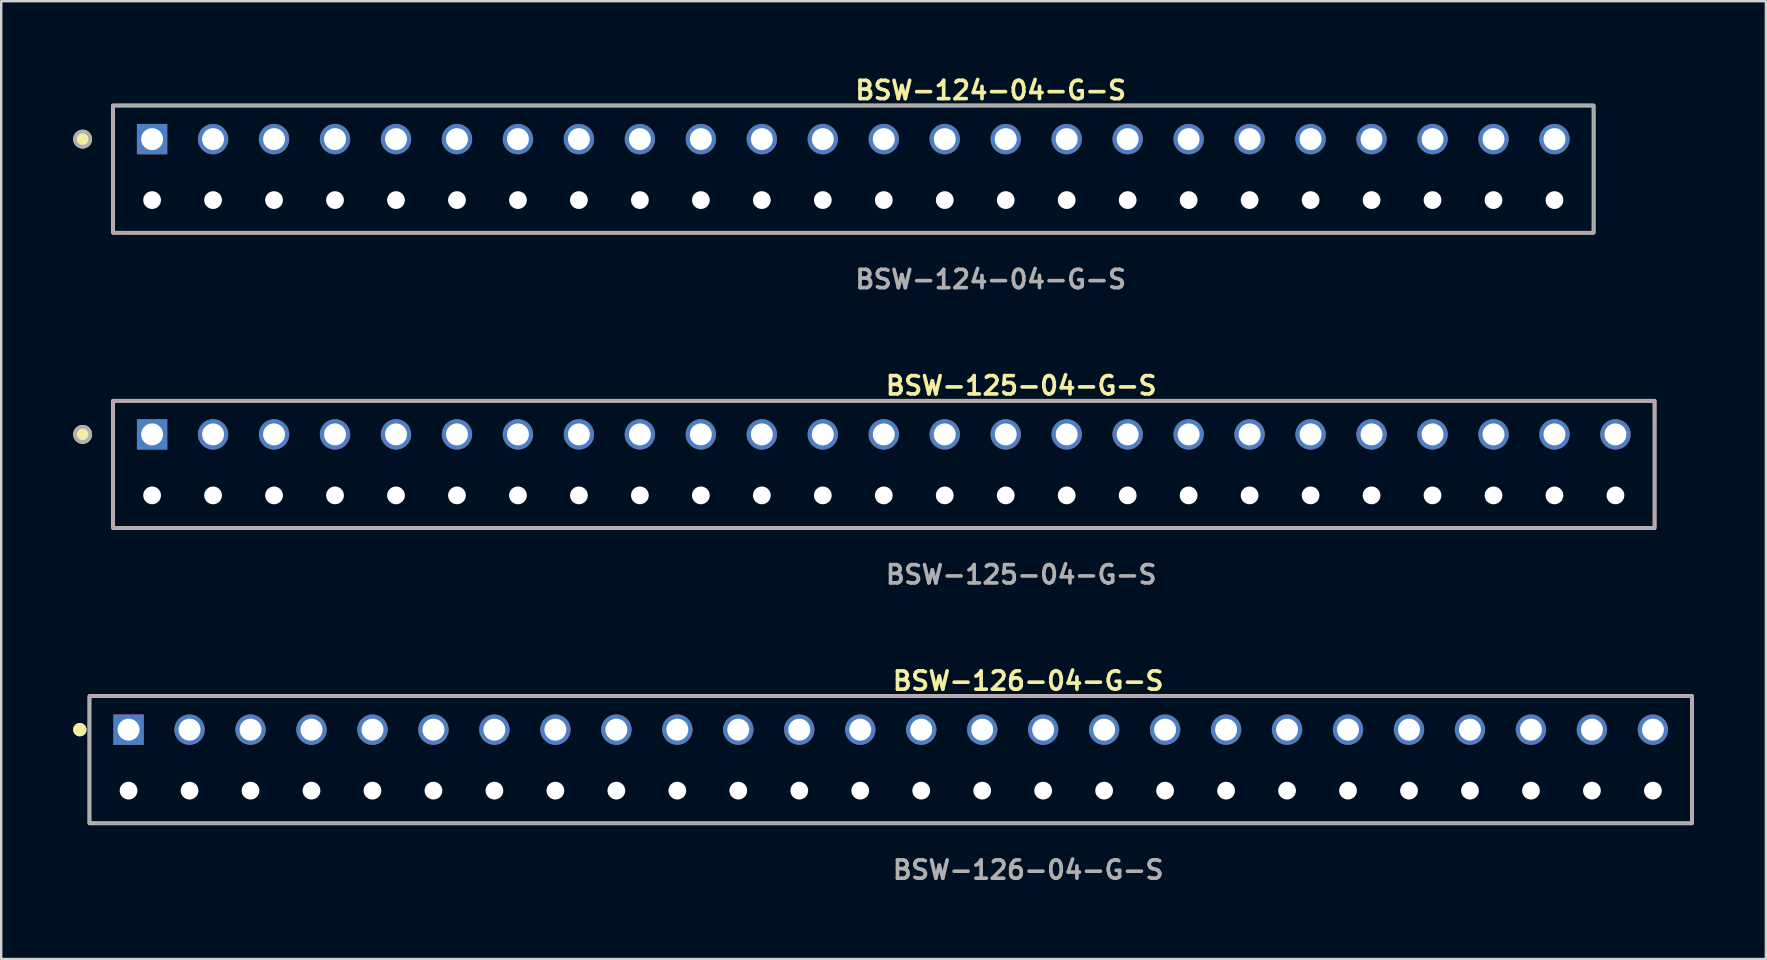
<source format=kicad_pcb>
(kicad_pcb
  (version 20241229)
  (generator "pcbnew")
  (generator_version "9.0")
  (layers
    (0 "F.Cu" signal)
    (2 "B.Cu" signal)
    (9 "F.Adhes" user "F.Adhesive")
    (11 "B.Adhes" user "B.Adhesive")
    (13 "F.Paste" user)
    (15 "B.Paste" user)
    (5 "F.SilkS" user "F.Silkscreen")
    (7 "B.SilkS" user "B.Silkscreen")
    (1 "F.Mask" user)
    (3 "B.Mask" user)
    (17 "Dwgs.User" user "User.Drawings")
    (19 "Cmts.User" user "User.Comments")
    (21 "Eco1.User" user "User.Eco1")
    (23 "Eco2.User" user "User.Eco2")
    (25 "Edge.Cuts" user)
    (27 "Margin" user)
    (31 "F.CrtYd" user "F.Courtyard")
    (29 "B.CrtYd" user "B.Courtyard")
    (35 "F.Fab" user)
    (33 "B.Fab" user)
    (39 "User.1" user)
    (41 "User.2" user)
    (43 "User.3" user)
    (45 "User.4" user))
  (footprint "BSW-124-04-G-S"
    (layer "F.Cu")
    (at 32.496 2.745)
    (property "Reference" "BSW-124-04-G-S" (at 0 -2.032 0) (unlocked yes) (layer "F.SilkS") (effects (font (size 0.762 0.762) (thickness 0.152)) (justify left)))
    (fp_rect (start -30.84 3.9) (end 30.84 -1.4) (stroke (width 0.152) (type solid)) (fill no) (layer "F.SilkS"))
    (fp_circle (center -32.104 0) (end -32.42 0) (stroke (width 0.152) (type solid)) (fill yes) (layer "F.SilkS"))
    (fp_rect (start -30.84 3.9) (end 30.84 -1.4) (stroke (width 0.006) (type solid)) (fill no) (layer "F.CrtYd"))
    (fp_rect (start -30.84 3.9) (end 30.84 -1.4) (stroke (width 0.152) (type solid)) (fill no) (layer "F.Fab"))
    (fp_circle (center -32.104 0) (end -32.42 0) (stroke (width 0.152) (type solid)) (fill no) (layer "F.Fab"))
    (fp_text user "${REFERENCE}" (at 0 5.842 0) (unlocked yes) (layer "F.Fab") (effects (font (size 0.762 0.762) (thickness 0.152)) (justify left)))
    (pad "" np_thru_hole circle (at -29.21 2.54) (size 0.74 0.74) (drill 0.74) (layers "*.Cu" "*.Mask"))
    (pad "" np_thru_hole circle (at -26.67 2.54) (size 0.74 0.74) (drill 0.74) (layers "*.Cu" "*.Mask"))
    (pad "" np_thru_hole circle (at -24.13 2.54) (size 0.74 0.74) (drill 0.74) (layers "*.Cu" "*.Mask"))
    (pad "" np_thru_hole circle (at -21.59 2.54) (size 0.74 0.74) (drill 0.74) (layers "*.Cu" "*.Mask"))
    (pad "" np_thru_hole circle (at -19.05 2.54) (size 0.74 0.74) (drill 0.74) (layers "*.Cu" "*.Mask"))
    (pad "" np_thru_hole circle (at -16.51 2.54) (size 0.74 0.74) (drill 0.74) (layers "*.Cu" "*.Mask"))
    (pad "" np_thru_hole circle (at -13.97 2.54) (size 0.74 0.74) (drill 0.74) (layers "*.Cu" "*.Mask"))
    (pad "" np_thru_hole circle (at -11.43 2.54) (size 0.74 0.74) (drill 0.74) (layers "*.Cu" "*.Mask"))
    (pad "" np_thru_hole circle (at -8.89 2.54) (size 0.74 0.74) (drill 0.74) (layers "*.Cu" "*.Mask"))
    (pad "" np_thru_hole circle (at -6.35 2.54) (size 0.74 0.74) (drill 0.74) (layers "*.Cu" "*.Mask"))
    (pad "" np_thru_hole circle (at -3.81 2.54) (size 0.74 0.74) (drill 0.74) (layers "*.Cu" "*.Mask"))
    (pad "" np_thru_hole circle (at -1.27 2.54) (size 0.74 0.74) (drill 0.74) (layers "*.Cu" "*.Mask"))
    (pad "" np_thru_hole circle (at 1.27 2.54) (size 0.74 0.74) (drill 0.74) (layers "*.Cu" "*.Mask"))
    (pad "" np_thru_hole circle (at 3.81 2.54) (size 0.74 0.74) (drill 0.74) (layers "*.Cu" "*.Mask"))
    (pad "" np_thru_hole circle (at 6.35 2.54) (size 0.74 0.74) (drill 0.74) (layers "*.Cu" "*.Mask"))
    (pad "" np_thru_hole circle (at 8.89 2.54) (size 0.74 0.74) (drill 0.74) (layers "*.Cu" "*.Mask"))
    (pad "" np_thru_hole circle (at 11.43 2.54) (size 0.74 0.74) (drill 0.74) (layers "*.Cu" "*.Mask"))
    (pad "" np_thru_hole circle (at 13.97 2.54) (size 0.74 0.74) (drill 0.74) (layers "*.Cu" "*.Mask"))
    (pad "" np_thru_hole circle (at 16.51 2.54) (size 0.74 0.74) (drill 0.74) (layers "*.Cu" "*.Mask"))
    (pad "" np_thru_hole circle (at 19.05 2.54) (size 0.74 0.74) (drill 0.74) (layers "*.Cu" "*.Mask"))
    (pad "" np_thru_hole circle (at 21.59 2.54) (size 0.74 0.74) (drill 0.74) (layers "*.Cu" "*.Mask"))
    (pad "" np_thru_hole circle (at 24.13 2.54) (size 0.74 0.74) (drill 0.74) (layers "*.Cu" "*.Mask"))
    (pad "" np_thru_hole circle (at 26.67 2.54) (size 0.74 0.74) (drill 0.74) (layers "*.Cu" "*.Mask"))
    (pad "" np_thru_hole circle (at 29.21 2.54) (size 0.74 0.74) (drill 0.74) (layers "*.Cu" "*.Mask"))
    (pad "1" thru_hole rect (at -29.21 0) (size 1.264 1.264) (drill 0.914) (layers "*.Cu" "*.Mask"))
    (pad "2" thru_hole circle (at -26.67 0) (size 1.264 1.264) (drill 0.914) (layers "*.Cu" "*.Mask"))
    (pad "3" thru_hole circle (at -24.13 0) (size 1.264 1.264) (drill 0.914) (layers "*.Cu" "*.Mask"))
    (pad "4" thru_hole circle (at -21.59 0) (size 1.264 1.264) (drill 0.914) (layers "*.Cu" "*.Mask"))
    (pad "5" thru_hole circle (at -19.05 0) (size 1.264 1.264) (drill 0.914) (layers "*.Cu" "*.Mask"))
    (pad "6" thru_hole circle (at -16.51 0) (size 1.264 1.264) (drill 0.914) (layers "*.Cu" "*.Mask"))
    (pad "7" thru_hole circle (at -13.97 0) (size 1.264 1.264) (drill 0.914) (layers "*.Cu" "*.Mask"))
    (pad "8" thru_hole circle (at -11.43 0) (size 1.264 1.264) (drill 0.914) (layers "*.Cu" "*.Mask"))
    (pad "9" thru_hole circle (at -8.89 0) (size 1.264 1.264) (drill 0.914) (layers "*.Cu" "*.Mask"))
    (pad "10" thru_hole circle (at -6.35 0) (size 1.264 1.264) (drill 0.914) (layers "*.Cu" "*.Mask"))
    (pad "11" thru_hole circle (at -3.81 0) (size 1.264 1.264) (drill 0.914) (layers "*.Cu" "*.Mask"))
    (pad "12" thru_hole circle (at -1.27 0) (size 1.264 1.264) (drill 0.914) (layers "*.Cu" "*.Mask"))
    (pad "13" thru_hole circle (at 1.27 0) (size 1.264 1.264) (drill 0.914) (layers "*.Cu" "*.Mask"))
    (pad "14" thru_hole circle (at 3.81 0) (size 1.264 1.264) (drill 0.914) (layers "*.Cu" "*.Mask"))
    (pad "15" thru_hole circle (at 6.35 0) (size 1.264 1.264) (drill 0.914) (layers "*.Cu" "*.Mask"))
    (pad "16" thru_hole circle (at 8.89 0) (size 1.264 1.264) (drill 0.914) (layers "*.Cu" "*.Mask"))
    (pad "17" thru_hole circle (at 11.43 0) (size 1.264 1.264) (drill 0.914) (layers "*.Cu" "*.Mask"))
    (pad "18" thru_hole circle (at 13.97 0) (size 1.264 1.264) (drill 0.914) (layers "*.Cu" "*.Mask"))
    (pad "19" thru_hole circle (at 16.51 0) (size 1.264 1.264) (drill 0.914) (layers "*.Cu" "*.Mask"))
    (pad "20" thru_hole circle (at 19.05 0) (size 1.264 1.264) (drill 0.914) (layers "*.Cu" "*.Mask"))
    (pad "21" thru_hole circle (at 21.59 0) (size 1.264 1.264) (drill 0.914) (layers "*.Cu" "*.Mask"))
    (pad "22" thru_hole circle (at 24.13 0) (size 1.264 1.264) (drill 0.914) (layers "*.Cu" "*.Mask"))
    (pad "23" thru_hole circle (at 26.67 0) (size 1.264 1.264) (drill 0.914) (layers "*.Cu" "*.Mask"))
    (pad "24" thru_hole circle (at 29.21 0) (size 1.264 1.264) (drill 0.914) (layers "*.Cu" "*.Mask")))
  (footprint "BSW-125-04-G-S"
    (layer "F.Cu")
    (at 33.766 15.046)
    (property "Reference" "BSW-125-04-G-S" (at 0 -2.032 0) (unlocked yes) (layer "F.SilkS") (effects (font (size 0.762 0.762) (thickness 0.152)) (justify left)))
    (fp_rect (start -32.11 3.9) (end 32.11 -1.4) (stroke (width 0.152) (type solid)) (fill no) (layer "F.SilkS"))
    (fp_circle (center -33.374 0) (end -33.69 0) (stroke (width 0.152) (type solid)) (fill yes) (layer "F.SilkS"))
    (fp_rect (start -32.11 3.9) (end 32.11 -1.4) (stroke (width 0.006) (type solid)) (fill no) (layer "F.CrtYd"))
    (fp_rect (start -32.11 3.9) (end 32.11 -1.4) (stroke (width 0.152) (type solid)) (fill no) (layer "F.Fab"))
    (fp_circle (center -33.374 0) (end -33.69 0) (stroke (width 0.152) (type solid)) (fill no) (layer "F.Fab"))
    (fp_text user "${REFERENCE}" (at 0 5.842 0) (unlocked yes) (layer "F.Fab") (effects (font (size 0.762 0.762) (thickness 0.152)) (justify left)))
    (pad "" np_thru_hole circle (at -30.48 2.54) (size 0.74 0.74) (drill 0.74) (layers "*.Cu" "*.Mask"))
    (pad "" np_thru_hole circle (at -27.94 2.54) (size 0.74 0.74) (drill 0.74) (layers "*.Cu" "*.Mask"))
    (pad "" np_thru_hole circle (at -25.4 2.54) (size 0.74 0.74) (drill 0.74) (layers "*.Cu" "*.Mask"))
    (pad "" np_thru_hole circle (at -22.86 2.54) (size 0.74 0.74) (drill 0.74) (layers "*.Cu" "*.Mask"))
    (pad "" np_thru_hole circle (at -20.32 2.54) (size 0.74 0.74) (drill 0.74) (layers "*.Cu" "*.Mask"))
    (pad "" np_thru_hole circle (at -17.78 2.54) (size 0.74 0.74) (drill 0.74) (layers "*.Cu" "*.Mask"))
    (pad "" np_thru_hole circle (at -15.24 2.54) (size 0.74 0.74) (drill 0.74) (layers "*.Cu" "*.Mask"))
    (pad "" np_thru_hole circle (at -12.7 2.54) (size 0.74 0.74) (drill 0.74) (layers "*.Cu" "*.Mask"))
    (pad "" np_thru_hole circle (at -10.16 2.54) (size 0.74 0.74) (drill 0.74) (layers "*.Cu" "*.Mask"))
    (pad "" np_thru_hole circle (at -7.62 2.54) (size 0.74 0.74) (drill 0.74) (layers "*.Cu" "*.Mask"))
    (pad "" np_thru_hole circle (at -5.08 2.54) (size 0.74 0.74) (drill 0.74) (layers "*.Cu" "*.Mask"))
    (pad "" np_thru_hole circle (at -2.54 2.54) (size 0.74 0.74) (drill 0.74) (layers "*.Cu" "*.Mask"))
    (pad "" np_thru_hole circle (at 0 2.54) (size 0.74 0.74) (drill 0.74) (layers "*.Cu" "*.Mask"))
    (pad "" np_thru_hole circle (at 2.54 2.54) (size 0.74 0.74) (drill 0.74) (layers "*.Cu" "*.Mask"))
    (pad "" np_thru_hole circle (at 5.08 2.54) (size 0.74 0.74) (drill 0.74) (layers "*.Cu" "*.Mask"))
    (pad "" np_thru_hole circle (at 7.62 2.54) (size 0.74 0.74) (drill 0.74) (layers "*.Cu" "*.Mask"))
    (pad "" np_thru_hole circle (at 10.16 2.54) (size 0.74 0.74) (drill 0.74) (layers "*.Cu" "*.Mask"))
    (pad "" np_thru_hole circle (at 12.7 2.54) (size 0.74 0.74) (drill 0.74) (layers "*.Cu" "*.Mask"))
    (pad "" np_thru_hole circle (at 15.24 2.54) (size 0.74 0.74) (drill 0.74) (layers "*.Cu" "*.Mask"))
    (pad "" np_thru_hole circle (at 17.78 2.54) (size 0.74 0.74) (drill 0.74) (layers "*.Cu" "*.Mask"))
    (pad "" np_thru_hole circle (at 20.32 2.54) (size 0.74 0.74) (drill 0.74) (layers "*.Cu" "*.Mask"))
    (pad "" np_thru_hole circle (at 22.86 2.54) (size 0.74 0.74) (drill 0.74) (layers "*.Cu" "*.Mask"))
    (pad "" np_thru_hole circle (at 25.4 2.54) (size 0.74 0.74) (drill 0.74) (layers "*.Cu" "*.Mask"))
    (pad "" np_thru_hole circle (at 27.94 2.54) (size 0.74 0.74) (drill 0.74) (layers "*.Cu" "*.Mask"))
    (pad "" np_thru_hole circle (at 30.48 2.54) (size 0.74 0.74) (drill 0.74) (layers "*.Cu" "*.Mask"))
    (pad "1" thru_hole rect (at -30.48 0) (size 1.264 1.264) (drill 0.914) (layers "*.Cu" "*.Mask"))
    (pad "2" thru_hole circle (at -27.94 0) (size 1.264 1.264) (drill 0.914) (layers "*.Cu" "*.Mask"))
    (pad "3" thru_hole circle (at -25.4 0) (size 1.264 1.264) (drill 0.914) (layers "*.Cu" "*.Mask"))
    (pad "4" thru_hole circle (at -22.86 0) (size 1.264 1.264) (drill 0.914) (layers "*.Cu" "*.Mask"))
    (pad "5" thru_hole circle (at -20.32 0) (size 1.264 1.264) (drill 0.914) (layers "*.Cu" "*.Mask"))
    (pad "6" thru_hole circle (at -17.78 0) (size 1.264 1.264) (drill 0.914) (layers "*.Cu" "*.Mask"))
    (pad "7" thru_hole circle (at -15.24 0) (size 1.264 1.264) (drill 0.914) (layers "*.Cu" "*.Mask"))
    (pad "8" thru_hole circle (at -12.7 0) (size 1.264 1.264) (drill 0.914) (layers "*.Cu" "*.Mask"))
    (pad "9" thru_hole circle (at -10.16 0) (size 1.264 1.264) (drill 0.914) (layers "*.Cu" "*.Mask"))
    (pad "10" thru_hole circle (at -7.62 0) (size 1.264 1.264) (drill 0.914) (layers "*.Cu" "*.Mask"))
    (pad "11" thru_hole circle (at -5.08 0) (size 1.264 1.264) (drill 0.914) (layers "*.Cu" "*.Mask"))
    (pad "12" thru_hole circle (at -2.54 0) (size 1.264 1.264) (drill 0.914) (layers "*.Cu" "*.Mask"))
    (pad "13" thru_hole circle (at 0 0) (size 1.264 1.264) (drill 0.914) (layers "*.Cu" "*.Mask"))
    (pad "14" thru_hole circle (at 2.54 0) (size 1.264 1.264) (drill 0.914) (layers "*.Cu" "*.Mask"))
    (pad "15" thru_hole circle (at 5.08 0) (size 1.264 1.264) (drill 0.914) (layers "*.Cu" "*.Mask"))
    (pad "16" thru_hole circle (at 7.62 0) (size 1.264 1.264) (drill 0.914) (layers "*.Cu" "*.Mask"))
    (pad "17" thru_hole circle (at 10.16 0) (size 1.264 1.264) (drill 0.914) (layers "*.Cu" "*.Mask"))
    (pad "18" thru_hole circle (at 12.7 0) (size 1.264 1.264) (drill 0.914) (layers "*.Cu" "*.Mask"))
    (pad "19" thru_hole circle (at 15.24 0) (size 1.264 1.264) (drill 0.914) (layers "*.Cu" "*.Mask"))
    (pad "20" thru_hole circle (at 17.78 0) (size 1.264 1.264) (drill 0.914) (layers "*.Cu" "*.Mask"))
    (pad "21" thru_hole circle (at 20.32 0) (size 1.264 1.264) (drill 0.914) (layers "*.Cu" "*.Mask"))
    (pad "22" thru_hole circle (at 22.86 0) (size 1.264 1.264) (drill 0.914) (layers "*.Cu" "*.Mask"))
    (pad "23" thru_hole circle (at 25.4 0) (size 1.264 1.264) (drill 0.914) (layers "*.Cu" "*.Mask"))
    (pad "24" thru_hole circle (at 27.94 0) (size 1.264 1.264) (drill 0.914) (layers "*.Cu" "*.Mask"))
    (pad "25" thru_hole circle (at 30.48 0) (size 1.264 1.264) (drill 0.914) (layers "*.Cu" "*.Mask")))
  (footprint "BSW-126-04-G-S"
    (layer "F.Cu")
    (at 34.056 27.346)
    (property "Reference" "BSW-126-04-G-S" (at 0 -2.032 0) (unlocked yes) (layer "F.SilkS") (effects (font (size 0.762 0.762) (thickness 0.152)) (justify left)))
    (fp_rect (start -33.38 3.9) (end 33.38 -1.4) (stroke (width 0.152) (type solid)) (fill no) (layer "F.SilkS"))
    (fp_circle (center -33.78 0) (end -33.98 0) (stroke (width 0.152) (type solid)) (fill yes) (layer "F.SilkS"))
    (fp_circle (center -33.78 0) (end -33.98 0) (stroke (width 0.152) (type solid)) (fill yes) (layer "F.SilkS"))
    (fp_rect (start -33.38 3.9) (end 33.38 -1.4) (stroke (width 0.006) (type solid)) (fill no) (layer "F.CrtYd"))
    (fp_rect (start -33.38 3.9) (end 33.38 -1.4) (stroke (width 0.152) (type solid)) (fill no) (layer "F.Fab"))
    (fp_text user "${REFERENCE}" (at 0 5.842 0) (unlocked yes) (layer "F.Fab") (effects (font (size 0.762 0.762) (thickness 0.152)) (justify left)))
    (pad "" np_thru_hole circle (at -31.75 2.54) (size 0.74 0.74) (drill 0.74) (layers "*.Cu" "*.Mask"))
    (pad "" np_thru_hole circle (at -29.21 2.54) (size 0.74 0.74) (drill 0.74) (layers "*.Cu" "*.Mask"))
    (pad "" np_thru_hole circle (at -26.67 2.54) (size 0.74 0.74) (drill 0.74) (layers "*.Cu" "*.Mask"))
    (pad "" np_thru_hole circle (at -24.13 2.54) (size 0.74 0.74) (drill 0.74) (layers "*.Cu" "*.Mask"))
    (pad "" np_thru_hole circle (at -21.59 2.54) (size 0.74 0.74) (drill 0.74) (layers "*.Cu" "*.Mask"))
    (pad "" np_thru_hole circle (at -19.05 2.54) (size 0.74 0.74) (drill 0.74) (layers "*.Cu" "*.Mask"))
    (pad "" np_thru_hole circle (at -16.51 2.54) (size 0.74 0.74) (drill 0.74) (layers "*.Cu" "*.Mask"))
    (pad "" np_thru_hole circle (at -13.97 2.54) (size 0.74 0.74) (drill 0.74) (layers "*.Cu" "*.Mask"))
    (pad "" np_thru_hole circle (at -11.43 2.54) (size 0.74 0.74) (drill 0.74) (layers "*.Cu" "*.Mask"))
    (pad "" np_thru_hole circle (at -8.89 2.54) (size 0.74 0.74) (drill 0.74) (layers "*.Cu" "*.Mask"))
    (pad "" np_thru_hole circle (at -6.35 2.54) (size 0.74 0.74) (drill 0.74) (layers "*.Cu" "*.Mask"))
    (pad "" np_thru_hole circle (at -3.81 2.54) (size 0.74 0.74) (drill 0.74) (layers "*.Cu" "*.Mask"))
    (pad "" np_thru_hole circle (at -1.27 2.54) (size 0.74 0.74) (drill 0.74) (layers "*.Cu" "*.Mask"))
    (pad "" np_thru_hole circle (at 1.27 2.54) (size 0.74 0.74) (drill 0.74) (layers "*.Cu" "*.Mask"))
    (pad "" np_thru_hole circle (at 3.81 2.54) (size 0.74 0.74) (drill 0.74) (layers "*.Cu" "*.Mask"))
    (pad "" np_thru_hole circle (at 6.35 2.54) (size 0.74 0.74) (drill 0.74) (layers "*.Cu" "*.Mask"))
    (pad "" np_thru_hole circle (at 8.89 2.54) (size 0.74 0.74) (drill 0.74) (layers "*.Cu" "*.Mask"))
    (pad "" np_thru_hole circle (at 11.43 2.54) (size 0.74 0.74) (drill 0.74) (layers "*.Cu" "*.Mask"))
    (pad "" np_thru_hole circle (at 13.97 2.54) (size 0.74 0.74) (drill 0.74) (layers "*.Cu" "*.Mask"))
    (pad "" np_thru_hole circle (at 16.51 2.54) (size 0.74 0.74) (drill 0.74) (layers "*.Cu" "*.Mask"))
    (pad "" np_thru_hole circle (at 19.05 2.54) (size 0.74 0.74) (drill 0.74) (layers "*.Cu" "*.Mask"))
    (pad "" np_thru_hole circle (at 21.59 2.54) (size 0.74 0.74) (drill 0.74) (layers "*.Cu" "*.Mask"))
    (pad "" np_thru_hole circle (at 24.13 2.54) (size 0.74 0.74) (drill 0.74) (layers "*.Cu" "*.Mask"))
    (pad "" np_thru_hole circle (at 26.67 2.54) (size 0.74 0.74) (drill 0.74) (layers "*.Cu" "*.Mask"))
    (pad "" np_thru_hole circle (at 29.21 2.54) (size 0.74 0.74) (drill 0.74) (layers "*.Cu" "*.Mask"))
    (pad "" np_thru_hole circle (at 31.75 2.54) (size 0.74 0.74) (drill 0.74) (layers "*.Cu" "*.Mask"))
    (pad "1" thru_hole rect (at -31.75 0) (size 1.264 1.264) (drill 0.914) (layers "*.Cu" "*.Mask"))
    (pad "2" thru_hole circle (at -29.21 0) (size 1.264 1.264) (drill 0.914) (layers "*.Cu" "*.Mask"))
    (pad "3" thru_hole circle (at -26.67 0) (size 1.264 1.264) (drill 0.914) (layers "*.Cu" "*.Mask"))
    (pad "4" thru_hole circle (at -24.13 0) (size 1.264 1.264) (drill 0.914) (layers "*.Cu" "*.Mask"))
    (pad "5" thru_hole circle (at -21.59 0) (size 1.264 1.264) (drill 0.914) (layers "*.Cu" "*.Mask"))
    (pad "6" thru_hole circle (at -19.05 0) (size 1.264 1.264) (drill 0.914) (layers "*.Cu" "*.Mask"))
    (pad "7" thru_hole circle (at -16.51 0) (size 1.264 1.264) (drill 0.914) (layers "*.Cu" "*.Mask"))
    (pad "8" thru_hole circle (at -13.97 0) (size 1.264 1.264) (drill 0.914) (layers "*.Cu" "*.Mask"))
    (pad "9" thru_hole circle (at -11.43 0) (size 1.264 1.264) (drill 0.914) (layers "*.Cu" "*.Mask"))
    (pad "10" thru_hole circle (at -8.89 0) (size 1.264 1.264) (drill 0.914) (layers "*.Cu" "*.Mask"))
    (pad "11" thru_hole circle (at -6.35 0) (size 1.264 1.264) (drill 0.914) (layers "*.Cu" "*.Mask"))
    (pad "12" thru_hole circle (at -3.81 0) (size 1.264 1.264) (drill 0.914) (layers "*.Cu" "*.Mask"))
    (pad "13" thru_hole circle (at -1.27 0) (size 1.264 1.264) (drill 0.914) (layers "*.Cu" "*.Mask"))
    (pad "14" thru_hole circle (at 1.27 0) (size 1.264 1.264) (drill 0.914) (layers "*.Cu" "*.Mask"))
    (pad "15" thru_hole circle (at 3.81 0) (size 1.264 1.264) (drill 0.914) (layers "*.Cu" "*.Mask"))
    (pad "16" thru_hole circle (at 6.35 0) (size 1.264 1.264) (drill 0.914) (layers "*.Cu" "*.Mask"))
    (pad "17" thru_hole circle (at 8.89 0) (size 1.264 1.264) (drill 0.914) (layers "*.Cu" "*.Mask"))
    (pad "18" thru_hole circle (at 11.43 0) (size 1.264 1.264) (drill 0.914) (layers "*.Cu" "*.Mask"))
    (pad "19" thru_hole circle (at 13.97 0) (size 1.264 1.264) (drill 0.914) (layers "*.Cu" "*.Mask"))
    (pad "20" thru_hole circle (at 16.51 0) (size 1.264 1.264) (drill 0.914) (layers "*.Cu" "*.Mask"))
    (pad "21" thru_hole circle (at 19.05 0) (size 1.264 1.264) (drill 0.914) (layers "*.Cu" "*.Mask"))
    (pad "22" thru_hole circle (at 21.59 0) (size 1.264 1.264) (drill 0.914) (layers "*.Cu" "*.Mask"))
    (pad "23" thru_hole circle (at 24.13 0) (size 1.264 1.264) (drill 0.914) (layers "*.Cu" "*.Mask"))
    (pad "24" thru_hole circle (at 26.67 0) (size 1.264 1.264) (drill 0.914) (layers "*.Cu" "*.Mask"))
    (pad "25" thru_hole circle (at 29.21 0) (size 1.264 1.264) (drill 0.914) (layers "*.Cu" "*.Mask"))
    (pad "26" thru_hole circle (at 31.75 0) (size 1.264 1.264) (drill 0.914) (layers "*.Cu" "*.Mask")))
  (gr_rect
    (start -3 -3)
    (end 70.512 36.901)
    (stroke (width 0.1) (type default))
    (fill no)
    (layer "Edge.Cuts")))
</source>
